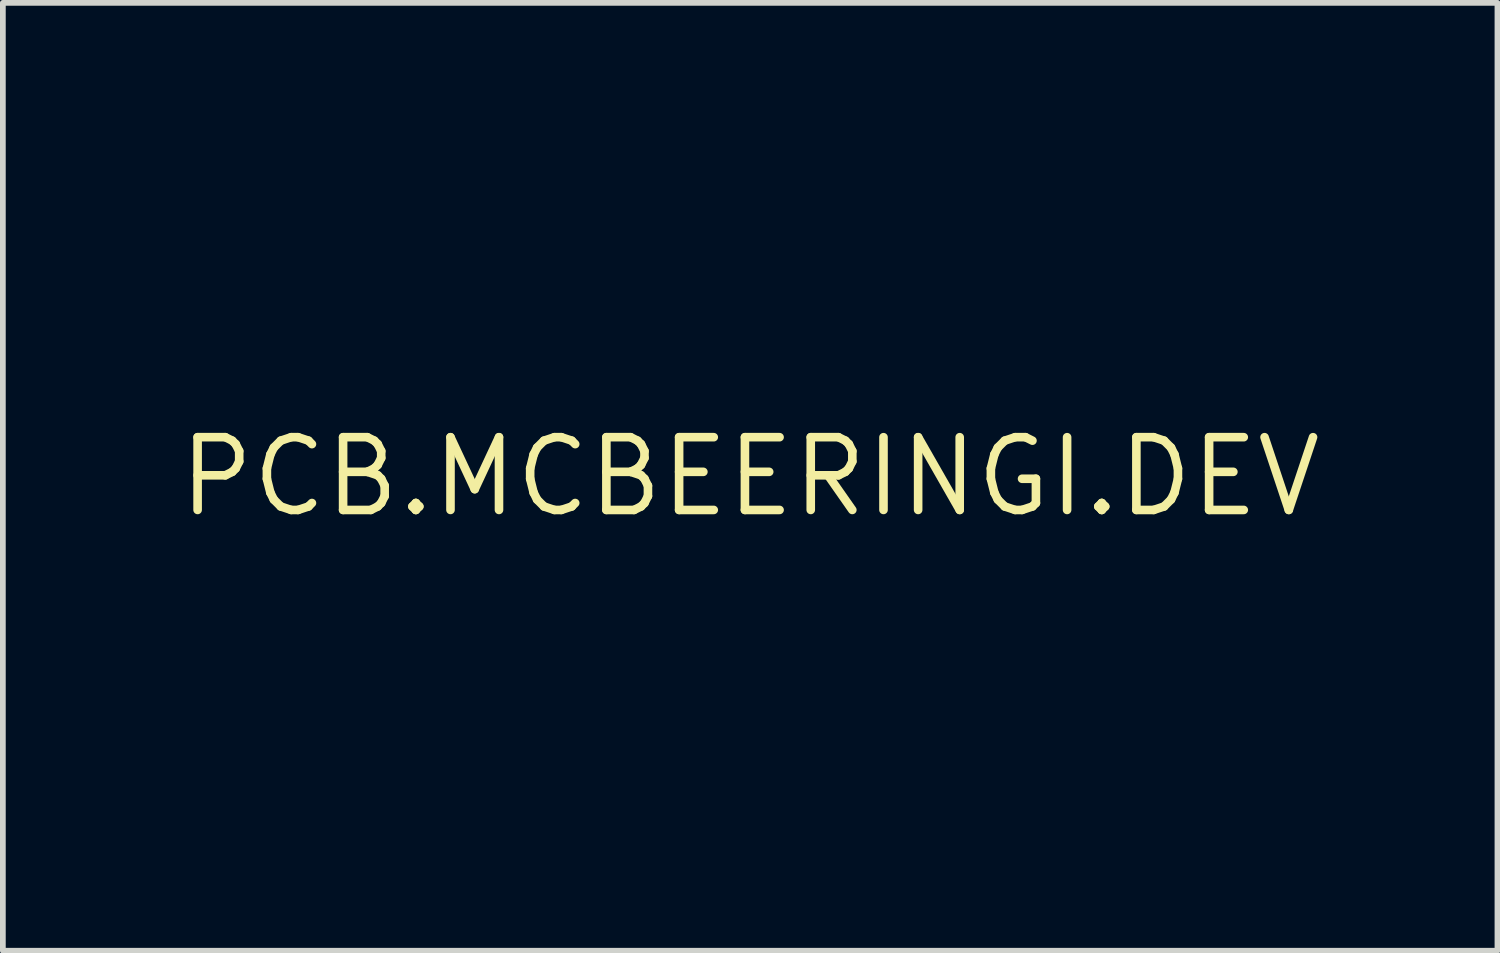
<source format=kicad_pcb>
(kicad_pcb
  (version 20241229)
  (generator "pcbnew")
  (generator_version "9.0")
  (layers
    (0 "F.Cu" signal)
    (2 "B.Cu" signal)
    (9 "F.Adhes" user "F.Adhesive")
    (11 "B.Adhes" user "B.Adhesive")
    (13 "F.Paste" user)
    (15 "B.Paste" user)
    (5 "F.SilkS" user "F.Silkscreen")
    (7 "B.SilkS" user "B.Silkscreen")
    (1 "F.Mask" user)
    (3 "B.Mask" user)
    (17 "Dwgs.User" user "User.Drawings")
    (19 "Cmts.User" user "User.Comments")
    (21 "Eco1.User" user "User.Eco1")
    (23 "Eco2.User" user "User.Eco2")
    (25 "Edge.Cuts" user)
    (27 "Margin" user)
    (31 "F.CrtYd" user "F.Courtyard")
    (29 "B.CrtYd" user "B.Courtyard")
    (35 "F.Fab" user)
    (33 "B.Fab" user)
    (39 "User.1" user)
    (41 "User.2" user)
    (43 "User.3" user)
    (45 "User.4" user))
  (footprint "PCB.MCBEERINGI.DEV"
    (layer "F.Cu")
    (at 10.046 5.273)
    (property "Reference" "PCB.MCBEERINGI.DEV" (at 0 0 0) (layer "F.SilkS") (effects (font (size 1.27 1.27) (thickness 0.15))))
    (attr board_only exclude_from_pos_files exclude_from_bom)
    (fp_poly (pts (xy -2.75 -3.501) (xy -2.75 -2.75) (xy -3.501 -2.75) (xy -4.252 -2.75) (xy -4.252 -3.501) (xy -4.252 -4.252) (xy -3.501 -4.252) (xy -2.75 -4.252)) (stroke (width 0) (type solid)) (fill yes) (layer "F.Mask"))
    (fp_poly (pts (xy -2.75 3.501) (xy -2.75 4.252) (xy -3.501 4.252) (xy -4.252 4.252) (xy -4.252 3.501) (xy -4.252 2.75) (xy -3.501 2.75) (xy -2.75 2.75)) (stroke (width 0) (type solid)) (fill yes) (layer "F.Mask"))
    (fp_poly (pts (xy 4.252 -3.501) (xy 4.252 -2.75) (xy 3.501 -2.75) (xy 2.75 -2.75) (xy 2.75 -3.501) (xy 2.75 -4.252) (xy 3.501 -4.252) (xy 4.252 -4.252)) (stroke (width 0) (type solid)) (fill yes) (layer "F.Mask"))
    (fp_poly (pts (xy 5.244 -0.751) (xy 5.244 -0.255) (xy 5.003 -0.255) (xy 4.763 -0.255) (xy 4.763 -0.751) (xy 4.763 -1.247) (xy 5.003 -1.247) (xy 5.244 -1.247)) (stroke (width 0) (type solid)) (fill yes) (layer "F.Mask"))
    (fp_poly (pts (xy 4.763 1.502) (xy 4.763 1.758) (xy 5.003 1.758) (xy 5.244 1.758) (xy 5.244 2.013) (xy 5.244 2.268) (xy 4.748 2.268) (xy 4.252 2.268) (xy 4.252 1.758) (xy 4.252 1.247) (xy 4.507 1.247) (xy 4.763 1.247)) (stroke (width 0) (type solid)) (fill yes) (layer "F.Mask"))
    (fp_poly (pts (xy -1.758 -3.515) (xy -1.758 -1.758) (xy -3.501 -1.758) (xy -5.244 -1.758) (xy -5.244 -2.268) (xy -4.763 -2.268) (xy -3.515 -2.268) (xy -2.268 -2.268) (xy -2.268 -3.515) (xy -2.268 -4.763) (xy -3.508 -4.756) (xy -4.748 -4.748) (xy -4.756 -3.508) (xy -4.763 -2.268) (xy -5.244 -2.268) (xy -5.244 -3.515) (xy -5.244 -5.273) (xy -3.501 -5.273) (xy -1.758 -5.273)) (stroke (width 0) (type solid)) (fill yes) (layer "F.Mask"))
    (fp_poly (pts (xy 5.244 -3.515) (xy 5.244 -1.758) (xy 3.501 -1.758) (xy 1.758 -1.758) (xy 1.758 -3.515) (xy 1.758 -3.515) (xy 2.268 -3.515) (xy 2.268 -2.268) (xy 3.515 -2.268) (xy 4.763 -2.268) (xy 4.756 -3.508) (xy 4.748 -4.748) (xy 3.508 -4.756) (xy 2.268 -4.763) (xy 2.268 -3.515) (xy 1.758 -3.515) (xy 1.758 -5.273) (xy 3.501 -5.273) (xy 5.244 -5.273)) (stroke (width 0) (type solid)) (fill yes) (layer "F.Mask"))
    (fp_poly (pts (xy -1.758 3.515) (xy -1.758 5.273) (xy -3.501 5.273) (xy -5.244 5.273) (xy -5.244 3.515) (xy -5.244 3.496) (xy -4.763 3.496) (xy -4.762 3.755) (xy -4.761 3.996) (xy -4.759 4.213) (xy -4.756 4.401) (xy -4.753 4.554) (xy -4.75 4.665) (xy -4.746 4.73) (xy -4.744 4.744) (xy -4.712 4.748) (xy -4.63 4.751) (xy -4.503 4.755) (xy -4.336 4.757) (xy -4.137 4.76) (xy -3.91 4.761) (xy -3.662 4.762) (xy -3.496 4.763) (xy -2.268 4.763) (xy -2.268 3.515) (xy -2.268 2.268) (xy -3.515 2.268) (xy -4.763 2.268) (xy -4.763 3.496) (xy -5.244 3.496) (xy -5.244 1.758) (xy -3.501 1.758) (xy -1.758 1.758)) (stroke (width 0) (type solid)) (fill yes) (layer "F.Mask"))
    (fp_poly (pts (xy 4.756 3.253) (xy 4.748 3.756) (xy 4.5 3.764) (xy 4.252 3.773) (xy 4.252 4.268) (xy 4.252 4.763) (xy 4.508 4.763) (xy 4.765 4.763) (xy 4.757 5.011) (xy 4.748 5.259) (xy 4.004 5.266) (xy 3.26 5.274) (xy 3.26 5.018) (xy 3.26 4.763) (xy 3.501 4.763) (xy 3.742 4.763) (xy 3.742 4.507) (xy 3.742 4.252) (xy 3.501 4.252) (xy 3.26 4.252) (xy 3.26 4.011) (xy 3.26 3.77) (xy 3.005 3.77) (xy 2.75 3.77) (xy 2.75 3.515) (xy 2.75 3.26) (xy 3.005 3.26) (xy 3.26 3.26) (xy 3.26 3.501) (xy 3.26 3.742) (xy 3.501 3.742) (xy 3.742 3.742) (xy 3.742 3.246) (xy 3.742 2.75) (xy 4.253 2.75) (xy 4.764 2.75)) (stroke (width 0) (type solid)) (fill yes) (layer "F.Mask"))
    (fp_poly (pts (xy -3.26 -0.992) (xy -3.26 -0.737) (xy -3.501 -0.737) (xy -3.742 -0.737) (xy -3.742 -0.496) (xy -3.742 -0.255) (xy -3.246 -0.255) (xy -2.75 -0.255) (xy -2.75 0.256) (xy -2.75 0.768) (xy -2.998 0.759) (xy -3.246 0.751) (xy -3.254 0.503) (xy -3.262 0.255) (xy -3.501 0.255) (xy -3.74 0.255) (xy -3.748 0.503) (xy -3.756 0.751) (xy -4.004 0.759) (xy -4.252 0.768) (xy -4.252 1.007) (xy -4.252 1.247) (xy -4.507 1.247) (xy -4.763 1.247) (xy -4.763 0.751) (xy -4.763 0.256) (xy -4.26 0.249) (xy -3.756 0.241) (xy -3.756 0) (xy -3.756 -0.241) (xy -4.252 -0.241) (xy -4.748 -0.241) (xy -4.757 0.008) (xy -4.765 0.255) (xy -5.003 0.255) (xy -5.244 0.255) (xy -5.244 -0.496) (xy -5.244 -1.247) (xy -4.252 -1.247) (xy -3.26 -1.247)) (stroke (width 0) (type solid)) (fill yes) (layer "F.Mask"))
    (fp_poly (pts (xy 1.758 -1.006) (xy 1.758 -0.765) (xy 2.254 -0.765) (xy 2.75 -0.765) (xy 2.75 -1.006) (xy 2.75 -1.247) (xy 3.501 -1.247) (xy 4.252 -1.247) (xy 4.252 -0.992) (xy 4.252 -0.737) (xy 3.756 -0.737) (xy 3.26 -0.737) (xy 3.26 -0.496) (xy 3.26 -0.255) (xy 3.756 -0.255) (xy 4.252 -0.255) (xy 4.252 0) (xy 4.252 0.255) (xy 3.997 0.255) (xy 3.742 0.255) (xy 3.742 0.51) (xy 3.742 0.765) (xy 3.501 0.765) (xy 3.26 0.765) (xy 3.26 0.51) (xy 3.26 0.255) (xy 3.005 0.255) (xy 2.75 0.255) (xy 2.75 0.511) (xy 2.75 0.768) (xy 2.502 0.759) (xy 2.254 0.751) (xy 2.246 0.248) (xy 2.238 -0.255) (xy 1.999 -0.255) (xy 1.759 -0.255) (xy 1.751 0.248) (xy 1.743 0.751) (xy 1.495 0.759) (xy 1.247 0.768) (xy 1.247 -0.24) (xy 1.247 -1.247) (xy 1.502 -1.247) (xy 1.758 -1.247)) (stroke (width 0) (type solid)) (fill yes) (layer "F.Mask"))
    (fp_poly (pts (xy -0.255 -5.018) (xy -0.255 -4.763) (xy 0 -4.763) (xy 0.255 -4.763) (xy 0.255 -5.018) (xy 0.255 -5.273) (xy 0.751 -5.273) (xy 1.247 -5.273) (xy 1.247 -5.018) (xy 1.247 -4.763) (xy 1.006 -4.763) (xy 0.765 -4.763) (xy 0.765 -4.266) (xy 0.765 -3.77) (xy 1.006 -3.77) (xy 1.247 -3.77) (xy 1.247 -3.515) (xy 1.247 -3.26) (xy 0.751 -3.26) (xy 0.255 -3.26) (xy 0.255 -3.005) (xy 0.255 -2.75) (xy 0 -2.75) (xy -0.255 -2.75) (xy -0.255 -2.509) (xy -0.255 -2.268) (xy 0 -2.268) (xy 0.255 -2.268) (xy 0.255 -2.509) (xy 0.255 -2.75) (xy 0.751 -2.75) (xy 1.247 -2.75) (xy 1.247 -1.999) (xy 1.247 -1.247) (xy 1.007 -1.247) (xy 0.766 -1.247) (xy 0.759 -0.503) (xy 0.751 0.241) (xy 0.248 0.249) (xy -0.255 0.256) (xy -0.255 0.001) (xy -0.255 -0.255) (xy -0.495 -0.255) (xy -0.735 -0.255) (xy -0.743 -0.007) (xy -0.751 0.241) (xy -0.999 0.249) (xy -1.247 0.257) (xy -1.247 0.497) (xy -1.247 0.737) (xy -0.751 0.737) (xy -0.255 0.737) (xy -0.255 1.247) (xy -0.255 1.758) (xy 0 1.758) (xy 0.255 1.758) (xy 0.255 1.999) (xy 0.255 2.24) (xy 0.751 2.24) (xy 1.247 2.24) (xy 1.247 1.999) (xy 1.247 1.758) (xy 1.502 1.758) (xy 1.758 1.758) (xy 1.758 1.999) (xy 1.758 2.24) (xy 2.254 2.24) (xy 2.75 2.24) (xy 2.75 1.743) (xy 2.75 1.247) (xy 3.005 1.247) (xy 3.26 1.247) (xy 3.26 1.502) (xy 3.26 1.758) (xy 3.501 1.758) (xy 3.742 1.758) (xy 3.742 2.254) (xy 3.742 2.75) (xy 3.006 2.75) (xy 2.269 2.75) (xy 2.261 3.253) (xy 2.254 3.756) (xy 2.006 3.764) (xy 1.758 3.773) (xy 1.758 4.012) (xy 1.758 4.252) (xy 2.254 4.252) (xy 2.75 4.252) (xy 2.75 4.764) (xy 2.75 5.275) (xy 2.502 5.267) (xy 2.254 5.259) (xy 2.245 5.011) (xy 2.237 4.763) (xy 1.999 4.763) (xy 1.76 4.763) (xy 1.752 5.011) (xy 1.743 5.259) (xy 1.495 5.267) (xy 1.247 5.275) (xy 1.247 5.019) (xy 1.247 4.763) (xy 0.751 4.763) (xy 0.255 4.763) (xy 0.255 4.507) (xy 0.255 4.252) (xy -0.24 4.252) (xy -0.736 4.252) (xy -0.743 4.755) (xy -0.751 5.259) (xy -0.999 5.267) (xy -1.247 5.275) (xy -1.247 4.268) (xy -1.247 3.26) (xy -0.992 3.26) (xy -0.737 3.26) (xy -0.737 3.501) (xy -0.737 3.742) (xy 0.51 3.742) (xy 1.758 3.742) (xy 1.758 3.502) (xy 1.758 3.261) (xy 1.254 3.254) (xy 0.751 3.246) (xy 0.743 2.998) (xy 0.735 2.75) (xy 0.495 2.75) (xy 0.255 2.75) (xy 0.255 3.005) (xy 0.255 3.26) (xy 0 3.26) (xy -0.255 3.26) (xy -0.255 2.765) (xy -0.255 2.509) (xy 1.247 2.509) (xy 1.247 2.75) (xy 1.502 2.75) (xy 1.758 2.75) (xy 1.758 2.509) (xy 1.758 2.268) (xy 1.502 2.268) (xy 1.247 2.268) (xy 1.247 2.509) (xy -0.255 2.509) (xy -0.255 2.27) (xy -0.503 2.262) (xy -0.751 2.254) (xy -0.759 2.006) (xy -0.768 1.758) (xy -1.007 1.758) (xy -1.247 1.758) (xy -1.247 1.261) (xy -1.247 0.765) (xy -1.502 0.765) (xy -1.758 0.765) (xy -1.758 1.006) (xy -1.758 1.247) (xy -2.014 1.247) (xy -2.27 1.247) (xy -2.262 0.999) (xy -2.254 0.751) (xy -2.006 0.743) (xy -1.758 0.735) (xy -1.758 0.496) (xy -1.758 0.257) (xy -2.006 0.249) (xy -2.254 0.241) (xy -2.254 0) (xy -2.254 -0.241) (xy -2.006 -0.249) (xy -1.758 -0.257) (xy -1.758 -0.496) (xy -1.247 -0.496) (xy -1.247 -0.255) (xy -1.006 -0.255) (xy -0.765 -0.255) (xy -0.765 -0.496) (xy -0.765 -0.737) (xy -1.006 -0.737) (xy -1.247 -0.737) (xy -1.247 -0.496) (xy -1.758 -0.496) (xy -1.758 -0.735) (xy -2.006 -0.743) (xy -2.254 -0.751) (xy -2.262 -0.999) (xy -2.27 -1.247) (xy -2.014 -1.247) (xy -1.758 -1.247) (xy -1.758 -1.006) (xy -1.758 -0.765) (xy -1.502 -0.765) (xy -1.247 -0.765) (xy -1.247 -1.006) (xy -0.737 -1.006) (xy -0.737 -0.765) (xy -0.496 -0.765) (xy -0.255 -0.765) (xy -0.255 -0.51) (xy -0.255 -0.255) (xy 0 -0.255) (xy 0.255 -0.255) (xy 0.255 -0.751) (xy 0.255 -1.247) (xy -0.241 -1.247) (xy -0.737 -1.247) (xy -0.737 -1.006) (xy -1.247 -1.006) (xy -1.247 -1.247) (xy -1.006 -1.247) (xy -0.765 -1.247) (xy -0.765 -1.502) (xy -0.765 -1.758) (xy -1.006 -1.758) (xy -1.247 -1.758) (xy -1.247 -1.999) (xy -0.737 -1.999) (xy -0.737 -1.758) (xy -0.496 -1.758) (xy -0.255 -1.758) (xy -0.255 -1.999) (xy 0.255 -1.999) (xy 0.255 -1.758) (xy 0.496 -1.758) (xy 0.737 -1.758) (xy 0.737 -1.999) (xy 0.737 -2.24) (xy 0.496 -2.24) (xy 0.255 -2.24) (xy 0.255 -1.999) (xy -0.255 -1.999) (xy -0.255 -2.24) (xy -0.496 -2.24) (xy -0.737 -2.24) (xy -0.737 -1.999) (xy -1.247 -1.999) (xy -1.247 -2.013) (xy -1.247 -2.268) (xy -1.006 -2.268) (xy -0.765 -2.268) (xy -0.765 -2.509) (xy -0.765 -2.75) (xy -1.006 -2.75) (xy -1.247 -2.75) (xy -1.247 -3.501) (xy -1.247 -4.252) (xy -0.992 -4.252) (xy -0.737 -4.252) (xy -0.737 -3.501) (xy -0.737 -2.75) (xy -0.497 -2.75) (xy -0.256 -2.75) (xy -0.249 -3.253) (xy -0.241 -3.756) (xy 0.007 -3.764) (xy 0.255 -3.773) (xy 0.255 -4.012) (xy 0.255 -4.252) (xy 0 -4.252) (xy -0.255 -4.252) (xy -0.255 -4.507) (xy -0.255 -4.763) (xy -0.751 -4.763) (xy -1.247 -4.763) (xy -1.247 -5.018) (xy -1.247 -5.273) (xy -0.751 -5.273) (xy -0.255 -5.273)) (stroke (width 0) (type solid)) (fill yes) (layer "F.Mask")))
  (gr_rect
    (start -3 -3)
    (end 23.093 13.548)
    (stroke (width 0.1) (type default))
    (fill no)
    (layer "Edge.Cuts")))
</source>
